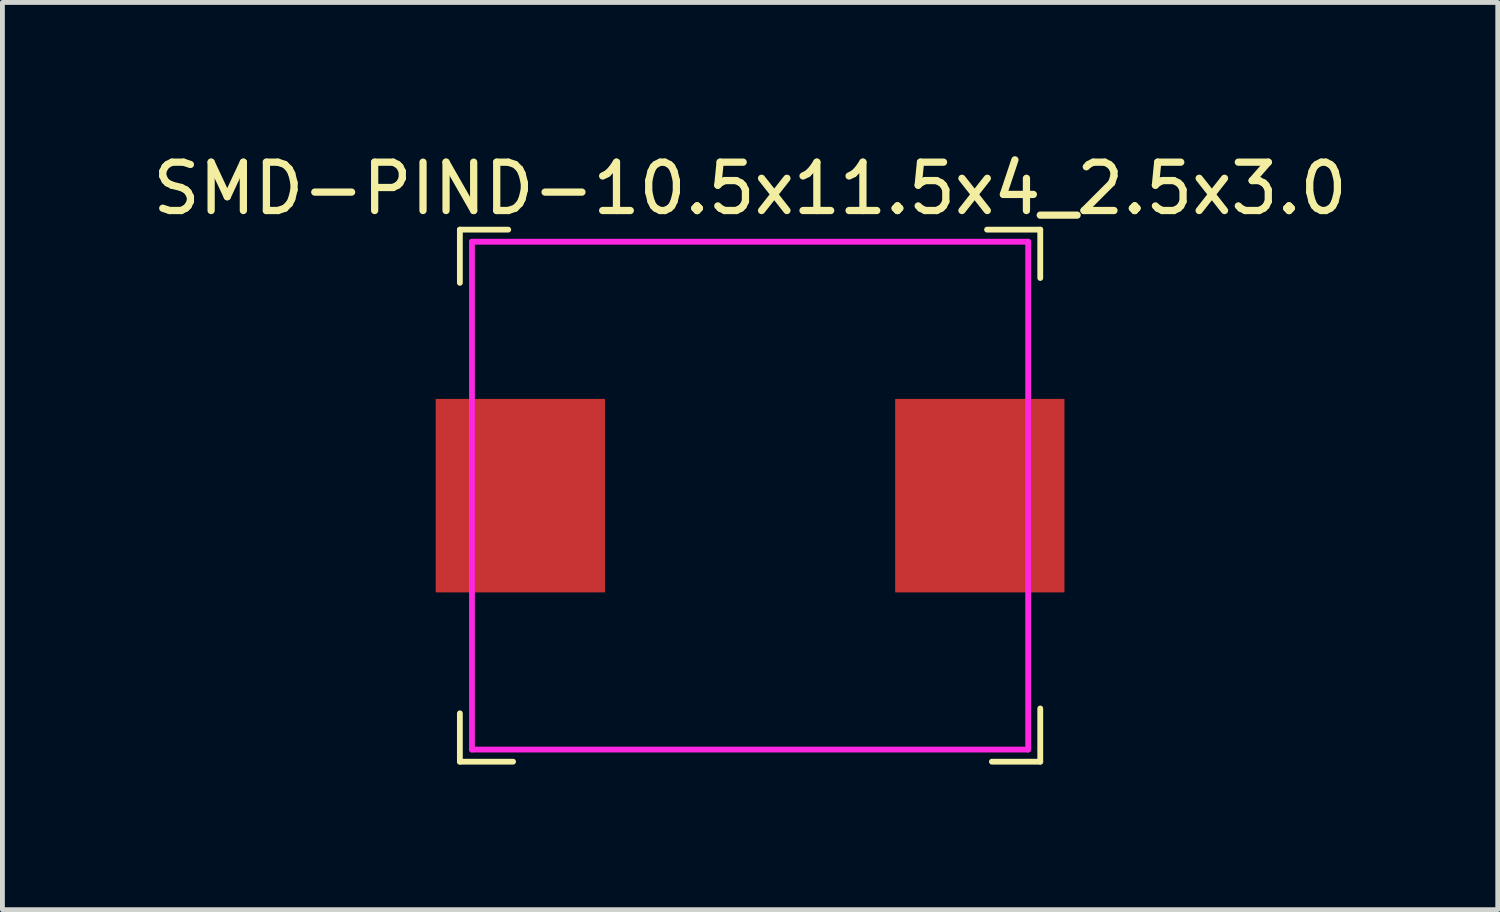
<source format=kicad_pcb>
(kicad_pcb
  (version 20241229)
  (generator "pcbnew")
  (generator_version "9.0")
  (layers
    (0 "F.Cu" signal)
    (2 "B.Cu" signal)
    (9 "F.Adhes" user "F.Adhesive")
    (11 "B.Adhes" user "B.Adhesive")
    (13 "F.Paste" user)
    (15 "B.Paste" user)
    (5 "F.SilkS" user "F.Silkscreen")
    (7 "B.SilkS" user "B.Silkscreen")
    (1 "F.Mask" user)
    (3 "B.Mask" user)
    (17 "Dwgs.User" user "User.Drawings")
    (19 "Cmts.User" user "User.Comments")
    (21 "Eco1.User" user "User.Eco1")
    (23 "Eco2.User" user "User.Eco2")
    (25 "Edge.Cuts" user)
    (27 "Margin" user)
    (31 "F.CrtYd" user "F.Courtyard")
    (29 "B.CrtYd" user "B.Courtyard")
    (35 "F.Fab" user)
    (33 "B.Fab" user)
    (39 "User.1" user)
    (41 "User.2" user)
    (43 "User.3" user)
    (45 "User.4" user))
  (footprint "SMD-PIND-10.5x11.5x4_2.5x3.0"
    (layer "F.Cu")
    (at 12.458 7.198)
    (property "Reference" "SMD-PIND-10.5x11.5x4_2.5x3.0" (at 0 -6.35 0) (layer "F.SilkS") (effects (font (size 1 1) (thickness 0.15))))
    (attr smd)
    (fp_line (start -6 -5.5) (end -5 -5.5) (stroke (width 0.12) (type solid)) (layer "F.SilkS"))
    (fp_line (start -6 -4.4) (end -6 -5.5) (stroke (width 0.12) (type solid)) (layer "F.SilkS"))
    (fp_line (start -6 5.5) (end -6 4.5) (stroke (width 0.12) (type solid)) (layer "F.SilkS"))
    (fp_line (start -4.9 5.5) (end -6 5.5) (stroke (width 0.12) (type solid)) (layer "F.SilkS"))
    (fp_line (start 4.9 -5.5) (end 6 -5.5) (stroke (width 0.12) (type solid)) (layer "F.SilkS"))
    (fp_line (start 6 -5.5) (end 6 -4.5) (stroke (width 0.12) (type solid)) (layer "F.SilkS"))
    (fp_line (start 6 4.4) (end 6 5.5) (stroke (width 0.12) (type solid)) (layer "F.SilkS"))
    (fp_line (start 6 5.5) (end 5 5.5) (stroke (width 0.12) (type solid)) (layer "F.SilkS"))
    (fp_line (start -5.75 -5.25) (end -5.75 5.25) (stroke (width 0.12) (type solid)) (layer "F.CrtYd"))
    (fp_line (start -5.75 -5.25) (end 5.75 -5.25) (stroke (width 0.12) (type solid)) (layer "F.CrtYd"))
    (fp_line (start 5.75 5.25) (end -5.75 5.25) (stroke (width 0.12) (type solid)) (layer "F.CrtYd"))
    (fp_line (start 5.75 5.25) (end 5.75 -5.25) (stroke (width 0.12) (type solid)) (layer "F.CrtYd"))
    (pad "1" smd rect (at -4.75 0) (size 3.5 4) (layers "F.Cu" "F.Mask" "F.Paste"))
    (pad "2" smd rect (at 4.75 0) (size 3.5 4) (layers "F.Cu" "F.Mask" "F.Paste")))
  (gr_rect
    (start -3 -3)
    (end 27.917 15.758)
    (stroke (width 0.1) (type default))
    (fill no)
    (layer "Edge.Cuts")))
</source>
